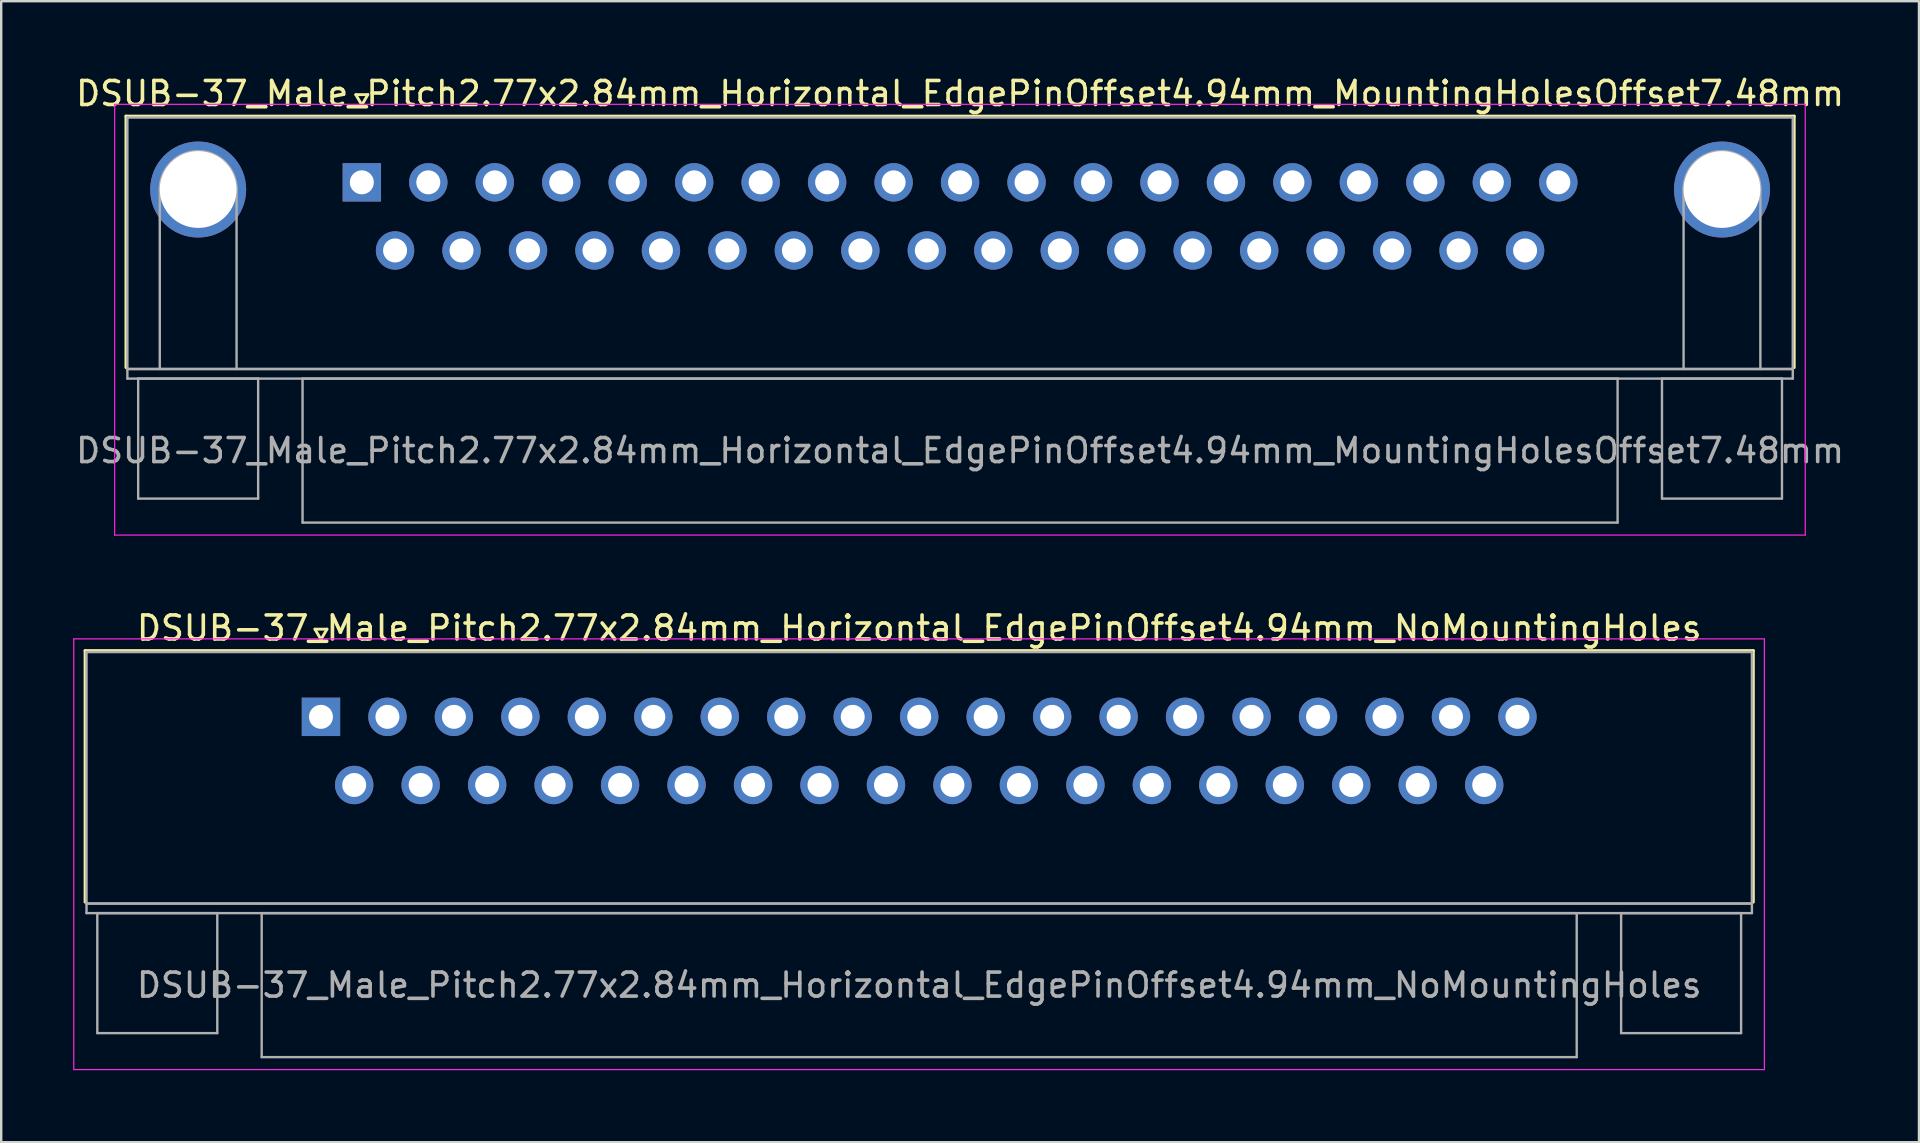
<source format=kicad_pcb>
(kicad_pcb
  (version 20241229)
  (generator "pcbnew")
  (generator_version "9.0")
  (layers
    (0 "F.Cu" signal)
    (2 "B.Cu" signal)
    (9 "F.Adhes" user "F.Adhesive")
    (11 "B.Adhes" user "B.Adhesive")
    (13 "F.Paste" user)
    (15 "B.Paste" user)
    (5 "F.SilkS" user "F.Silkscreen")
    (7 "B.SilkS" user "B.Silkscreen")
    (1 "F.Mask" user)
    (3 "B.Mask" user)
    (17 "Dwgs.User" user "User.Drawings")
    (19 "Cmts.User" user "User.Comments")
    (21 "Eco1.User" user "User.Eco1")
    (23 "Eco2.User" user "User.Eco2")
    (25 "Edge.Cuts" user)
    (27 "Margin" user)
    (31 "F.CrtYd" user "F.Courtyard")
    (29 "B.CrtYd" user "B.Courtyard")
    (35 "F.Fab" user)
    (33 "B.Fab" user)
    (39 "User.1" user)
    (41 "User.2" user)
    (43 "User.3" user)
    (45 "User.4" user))
  (footprint "DSUB-37_Male_Pitch2.77x2.84mm_Horizontal_EdgePinOffset4.94mm_NoMountingHoles"
    (layer "F.Cu")
    (at 10.325 26.822)
    (property "Reference" "DSUB-37_Male_Pitch2.77x2.84mm_Horizontal_EdgePinOffset4.94mm_NoMountingHoles" (at 24.93 -3.7 0) (layer "F.SilkS") (effects (font (size 1 1) (thickness 0.15))))
    (attr through_hole)
    (fp_line (start -9.83 -2.76) (end 59.69 -2.76) (stroke (width 0.12) (type solid)) (layer "F.SilkS"))
    (fp_line (start -9.83 7.72) (end -9.83 -2.76) (stroke (width 0.12) (type solid)) (layer "F.SilkS"))
    (fp_line (start -0.25 -3.654) (end 0.25 -3.654) (stroke (width 0.12) (type solid)) (layer "F.SilkS"))
    (fp_line (start 0 -3.221) (end -0.25 -3.654) (stroke (width 0.12) (type solid)) (layer "F.SilkS"))
    (fp_line (start 0.25 -3.654) (end 0 -3.221) (stroke (width 0.12) (type solid)) (layer "F.SilkS"))
    (fp_line (start 59.69 -2.76) (end 59.69 7.72) (stroke (width 0.12) (type solid)) (layer "F.SilkS"))
    (fp_line (start -10.3 -3.25) (end -10.3 14.7) (stroke (width 0.05) (type solid)) (layer "F.CrtYd"))
    (fp_line (start -10.3 14.7) (end 60.15 14.7) (stroke (width 0.05) (type solid)) (layer "F.CrtYd"))
    (fp_line (start 60.15 -3.25) (end -10.3 -3.25) (stroke (width 0.05) (type solid)) (layer "F.CrtYd"))
    (fp_line (start 60.15 14.7) (end 60.15 -3.25) (stroke (width 0.05) (type solid)) (layer "F.CrtYd"))
    (fp_line (start -9.77 -2.7) (end -9.77 7.78) (stroke (width 0.1) (type solid)) (layer "F.Fab"))
    (fp_line (start -9.77 7.78) (end -9.77 8.18) (stroke (width 0.1) (type solid)) (layer "F.Fab"))
    (fp_line (start -9.77 7.78) (end 59.63 7.78) (stroke (width 0.1) (type solid)) (layer "F.Fab"))
    (fp_line (start -9.77 8.18) (end 59.63 8.18) (stroke (width 0.1) (type solid)) (layer "F.Fab"))
    (fp_line (start -9.32 8.18) (end -9.32 13.18) (stroke (width 0.1) (type solid)) (layer "F.Fab"))
    (fp_line (start -9.32 13.18) (end -4.32 13.18) (stroke (width 0.1) (type solid)) (layer "F.Fab"))
    (fp_line (start -4.32 8.18) (end -9.32 8.18) (stroke (width 0.1) (type solid)) (layer "F.Fab"))
    (fp_line (start -4.32 13.18) (end -4.32 8.18) (stroke (width 0.1) (type solid)) (layer "F.Fab"))
    (fp_line (start -2.47 8.18) (end -2.47 14.18) (stroke (width 0.1) (type solid)) (layer "F.Fab"))
    (fp_line (start -2.47 14.18) (end 52.33 14.18) (stroke (width 0.1) (type solid)) (layer "F.Fab"))
    (fp_line (start 52.33 8.18) (end -2.47 8.18) (stroke (width 0.1) (type solid)) (layer "F.Fab"))
    (fp_line (start 52.33 14.18) (end 52.33 8.18) (stroke (width 0.1) (type solid)) (layer "F.Fab"))
    (fp_line (start 54.18 8.18) (end 54.18 13.18) (stroke (width 0.1) (type solid)) (layer "F.Fab"))
    (fp_line (start 54.18 13.18) (end 59.18 13.18) (stroke (width 0.1) (type solid)) (layer "F.Fab"))
    (fp_line (start 59.18 8.18) (end 54.18 8.18) (stroke (width 0.1) (type solid)) (layer "F.Fab"))
    (fp_line (start 59.18 13.18) (end 59.18 8.18) (stroke (width 0.1) (type solid)) (layer "F.Fab"))
    (fp_line (start 59.63 -2.7) (end -9.77 -2.7) (stroke (width 0.1) (type solid)) (layer "F.Fab"))
    (fp_line (start 59.63 7.78) (end -9.77 7.78) (stroke (width 0.1) (type solid)) (layer "F.Fab"))
    (fp_line (start 59.63 7.78) (end 59.63 -2.7) (stroke (width 0.1) (type solid)) (layer "F.Fab"))
    (fp_line (start 59.63 8.18) (end 59.63 7.78) (stroke (width 0.1) (type solid)) (layer "F.Fab"))
    (fp_text user "${REFERENCE}" (at 24.93 11.18 0) (layer "F.Fab") (effects (font (size 1 1) (thickness 0.15))))
    (pad "1" thru_hole rect (at 0 0) (size 1.6 1.6) (drill 1) (layers "*.Cu" "*.Mask"))
    (pad "2" thru_hole circle (at 2.77 0) (size 1.6 1.6) (drill 1) (layers "*.Cu" "*.Mask"))
    (pad "3" thru_hole circle (at 5.54 0) (size 1.6 1.6) (drill 1) (layers "*.Cu" "*.Mask"))
    (pad "4" thru_hole circle (at 8.31 0) (size 1.6 1.6) (drill 1) (layers "*.Cu" "*.Mask"))
    (pad "5" thru_hole circle (at 11.08 0) (size 1.6 1.6) (drill 1) (layers "*.Cu" "*.Mask"))
    (pad "6" thru_hole circle (at 13.85 0) (size 1.6 1.6) (drill 1) (layers "*.Cu" "*.Mask"))
    (pad "7" thru_hole circle (at 16.62 0) (size 1.6 1.6) (drill 1) (layers "*.Cu" "*.Mask"))
    (pad "8" thru_hole circle (at 19.39 0) (size 1.6 1.6) (drill 1) (layers "*.Cu" "*.Mask"))
    (pad "9" thru_hole circle (at 22.16 0) (size 1.6 1.6) (drill 1) (layers "*.Cu" "*.Mask"))
    (pad "10" thru_hole circle (at 24.93 0) (size 1.6 1.6) (drill 1) (layers "*.Cu" "*.Mask"))
    (pad "11" thru_hole circle (at 27.7 0) (size 1.6 1.6) (drill 1) (layers "*.Cu" "*.Mask"))
    (pad "12" thru_hole circle (at 30.47 0) (size 1.6 1.6) (drill 1) (layers "*.Cu" "*.Mask"))
    (pad "13" thru_hole circle (at 33.24 0) (size 1.6 1.6) (drill 1) (layers "*.Cu" "*.Mask"))
    (pad "14" thru_hole circle (at 36.01 0) (size 1.6 1.6) (drill 1) (layers "*.Cu" "*.Mask"))
    (pad "15" thru_hole circle (at 38.78 0) (size 1.6 1.6) (drill 1) (layers "*.Cu" "*.Mask"))
    (pad "16" thru_hole circle (at 41.55 0) (size 1.6 1.6) (drill 1) (layers "*.Cu" "*.Mask"))
    (pad "17" thru_hole circle (at 44.32 0) (size 1.6 1.6) (drill 1) (layers "*.Cu" "*.Mask"))
    (pad "18" thru_hole circle (at 47.09 0) (size 1.6 1.6) (drill 1) (layers "*.Cu" "*.Mask"))
    (pad "19" thru_hole circle (at 49.86 0) (size 1.6 1.6) (drill 1) (layers "*.Cu" "*.Mask"))
    (pad "20" thru_hole circle (at 1.385 2.84) (size 1.6 1.6) (drill 1) (layers "*.Cu" "*.Mask"))
    (pad "21" thru_hole circle (at 4.155 2.84) (size 1.6 1.6) (drill 1) (layers "*.Cu" "*.Mask"))
    (pad "22" thru_hole circle (at 6.925 2.84) (size 1.6 1.6) (drill 1) (layers "*.Cu" "*.Mask"))
    (pad "23" thru_hole circle (at 9.695 2.84) (size 1.6 1.6) (drill 1) (layers "*.Cu" "*.Mask"))
    (pad "24" thru_hole circle (at 12.465 2.84) (size 1.6 1.6) (drill 1) (layers "*.Cu" "*.Mask"))
    (pad "25" thru_hole circle (at 15.235 2.84) (size 1.6 1.6) (drill 1) (layers "*.Cu" "*.Mask"))
    (pad "26" thru_hole circle (at 18.005 2.84) (size 1.6 1.6) (drill 1) (layers "*.Cu" "*.Mask"))
    (pad "27" thru_hole circle (at 20.775 2.84) (size 1.6 1.6) (drill 1) (layers "*.Cu" "*.Mask"))
    (pad "28" thru_hole circle (at 23.545 2.84) (size 1.6 1.6) (drill 1) (layers "*.Cu" "*.Mask"))
    (pad "29" thru_hole circle (at 26.315 2.84) (size 1.6 1.6) (drill 1) (layers "*.Cu" "*.Mask"))
    (pad "30" thru_hole circle (at 29.085 2.84) (size 1.6 1.6) (drill 1) (layers "*.Cu" "*.Mask"))
    (pad "31" thru_hole circle (at 31.855 2.84) (size 1.6 1.6) (drill 1) (layers "*.Cu" "*.Mask"))
    (pad "32" thru_hole circle (at 34.625 2.84) (size 1.6 1.6) (drill 1) (layers "*.Cu" "*.Mask"))
    (pad "33" thru_hole circle (at 37.395 2.84) (size 1.6 1.6) (drill 1) (layers "*.Cu" "*.Mask"))
    (pad "34" thru_hole circle (at 40.165 2.84) (size 1.6 1.6) (drill 1) (layers "*.Cu" "*.Mask"))
    (pad "35" thru_hole circle (at 42.935 2.84) (size 1.6 1.6) (drill 1) (layers "*.Cu" "*.Mask"))
    (pad "36" thru_hole circle (at 45.705 2.84) (size 1.6 1.6) (drill 1) (layers "*.Cu" "*.Mask"))
    (pad "37" thru_hole circle (at 48.475 2.84) (size 1.6 1.6) (drill 1) (layers "*.Cu" "*.Mask")))
  (footprint "DSUB-37_Male_Pitch2.77x2.84mm_Horizontal_EdgePinOffset4.94mm_MountingHolesOffset7.48mm"
    (layer "F.Cu")
    (at 12.028 4.548)
    (property "Reference" "DSUB-37_Male_Pitch2.77x2.84mm_Horizontal_EdgePinOffset4.94mm_MountingHolesOffset7.48mm" (at 24.93 -3.7 0) (layer "F.SilkS") (effects (font (size 1 1) (thickness 0.15))))
    (attr through_hole)
    (fp_line (start -9.83 -2.76) (end 59.69 -2.76) (stroke (width 0.12) (type solid)) (layer "F.SilkS"))
    (fp_line (start -9.83 7.72) (end -9.83 -2.76) (stroke (width 0.12) (type solid)) (layer "F.SilkS"))
    (fp_line (start -0.25 -3.654) (end 0.25 -3.654) (stroke (width 0.12) (type solid)) (layer "F.SilkS"))
    (fp_line (start 0 -3.221) (end -0.25 -3.654) (stroke (width 0.12) (type solid)) (layer "F.SilkS"))
    (fp_line (start 0.25 -3.654) (end 0 -3.221) (stroke (width 0.12) (type solid)) (layer "F.SilkS"))
    (fp_line (start 59.69 -2.76) (end 59.69 7.72) (stroke (width 0.12) (type solid)) (layer "F.SilkS"))
    (fp_line (start -10.3 -3.25) (end -10.3 14.7) (stroke (width 0.05) (type solid)) (layer "F.CrtYd"))
    (fp_line (start -10.3 14.7) (end 60.15 14.7) (stroke (width 0.05) (type solid)) (layer "F.CrtYd"))
    (fp_line (start 60.15 -3.25) (end -10.3 -3.25) (stroke (width 0.05) (type solid)) (layer "F.CrtYd"))
    (fp_line (start 60.15 14.7) (end 60.15 -3.25) (stroke (width 0.05) (type solid)) (layer "F.CrtYd"))
    (fp_line (start -9.77 -2.7) (end -9.77 7.78) (stroke (width 0.1) (type solid)) (layer "F.Fab"))
    (fp_line (start -9.77 7.78) (end -9.77 8.18) (stroke (width 0.1) (type solid)) (layer "F.Fab"))
    (fp_line (start -9.77 7.78) (end 59.63 7.78) (stroke (width 0.1) (type solid)) (layer "F.Fab"))
    (fp_line (start -9.77 8.18) (end 59.63 8.18) (stroke (width 0.1) (type solid)) (layer "F.Fab"))
    (fp_line (start -9.32 8.18) (end -9.32 13.18) (stroke (width 0.1) (type solid)) (layer "F.Fab"))
    (fp_line (start -9.32 13.18) (end -4.32 13.18) (stroke (width 0.1) (type solid)) (layer "F.Fab"))
    (fp_line (start -8.42 7.78) (end -8.42 0.3) (stroke (width 0.1) (type solid)) (layer "F.Fab"))
    (fp_line (start -5.22 7.78) (end -5.22 0.3) (stroke (width 0.1) (type solid)) (layer "F.Fab"))
    (fp_line (start -4.32 8.18) (end -9.32 8.18) (stroke (width 0.1) (type solid)) (layer "F.Fab"))
    (fp_line (start -4.32 13.18) (end -4.32 8.18) (stroke (width 0.1) (type solid)) (layer "F.Fab"))
    (fp_line (start -2.47 8.18) (end -2.47 14.18) (stroke (width 0.1) (type solid)) (layer "F.Fab"))
    (fp_line (start -2.47 14.18) (end 52.33 14.18) (stroke (width 0.1) (type solid)) (layer "F.Fab"))
    (fp_line (start 52.33 8.18) (end -2.47 8.18) (stroke (width 0.1) (type solid)) (layer "F.Fab"))
    (fp_line (start 52.33 14.18) (end 52.33 8.18) (stroke (width 0.1) (type solid)) (layer "F.Fab"))
    (fp_line (start 54.18 8.18) (end 54.18 13.18) (stroke (width 0.1) (type solid)) (layer "F.Fab"))
    (fp_line (start 54.18 13.18) (end 59.18 13.18) (stroke (width 0.1) (type solid)) (layer "F.Fab"))
    (fp_line (start 55.08 7.78) (end 55.08 0.3) (stroke (width 0.1) (type solid)) (layer "F.Fab"))
    (fp_line (start 58.28 7.78) (end 58.28 0.3) (stroke (width 0.1) (type solid)) (layer "F.Fab"))
    (fp_line (start 59.18 8.18) (end 54.18 8.18) (stroke (width 0.1) (type solid)) (layer "F.Fab"))
    (fp_line (start 59.18 13.18) (end 59.18 8.18) (stroke (width 0.1) (type solid)) (layer "F.Fab"))
    (fp_line (start 59.63 -2.7) (end -9.77 -2.7) (stroke (width 0.1) (type solid)) (layer "F.Fab"))
    (fp_line (start 59.63 7.78) (end -9.77 7.78) (stroke (width 0.1) (type solid)) (layer "F.Fab"))
    (fp_line (start 59.63 7.78) (end 59.63 -2.7) (stroke (width 0.1) (type solid)) (layer "F.Fab"))
    (fp_line (start 59.63 8.18) (end 59.63 7.78) (stroke (width 0.1) (type solid)) (layer "F.Fab"))
    (fp_arc (start -8.42 0.3) (mid -6.82 -1.3) (end -5.22 0.3) (stroke (width 0.1) (type solid)) (layer "F.Fab"))
    (fp_arc (start 55.08 0.3) (mid 56.68 -1.3) (end 58.28 0.3) (stroke (width 0.1) (type solid)) (layer "F.Fab"))
    (fp_text user "${REFERENCE}" (at 24.93 11.18 0) (layer "F.Fab") (effects (font (size 1 1) (thickness 0.15))))
    (pad "0" thru_hole circle (at -6.82 0.3) (size 4 4) (drill 3.2) (layers "*.Cu" "*.Mask"))
    (pad "0" thru_hole circle (at 56.68 0.3) (size 4 4) (drill 3.2) (layers "*.Cu" "*.Mask"))
    (pad "1" thru_hole rect (at 0 0) (size 1.6 1.6) (drill 1) (layers "*.Cu" "*.Mask"))
    (pad "2" thru_hole circle (at 2.77 0) (size 1.6 1.6) (drill 1) (layers "*.Cu" "*.Mask"))
    (pad "3" thru_hole circle (at 5.54 0) (size 1.6 1.6) (drill 1) (layers "*.Cu" "*.Mask"))
    (pad "4" thru_hole circle (at 8.31 0) (size 1.6 1.6) (drill 1) (layers "*.Cu" "*.Mask"))
    (pad "5" thru_hole circle (at 11.08 0) (size 1.6 1.6) (drill 1) (layers "*.Cu" "*.Mask"))
    (pad "6" thru_hole circle (at 13.85 0) (size 1.6 1.6) (drill 1) (layers "*.Cu" "*.Mask"))
    (pad "7" thru_hole circle (at 16.62 0) (size 1.6 1.6) (drill 1) (layers "*.Cu" "*.Mask"))
    (pad "8" thru_hole circle (at 19.39 0) (size 1.6 1.6) (drill 1) (layers "*.Cu" "*.Mask"))
    (pad "9" thru_hole circle (at 22.16 0) (size 1.6 1.6) (drill 1) (layers "*.Cu" "*.Mask"))
    (pad "10" thru_hole circle (at 24.93 0) (size 1.6 1.6) (drill 1) (layers "*.Cu" "*.Mask"))
    (pad "11" thru_hole circle (at 27.7 0) (size 1.6 1.6) (drill 1) (layers "*.Cu" "*.Mask"))
    (pad "12" thru_hole circle (at 30.47 0) (size 1.6 1.6) (drill 1) (layers "*.Cu" "*.Mask"))
    (pad "13" thru_hole circle (at 33.24 0) (size 1.6 1.6) (drill 1) (layers "*.Cu" "*.Mask"))
    (pad "14" thru_hole circle (at 36.01 0) (size 1.6 1.6) (drill 1) (layers "*.Cu" "*.Mask"))
    (pad "15" thru_hole circle (at 38.78 0) (size 1.6 1.6) (drill 1) (layers "*.Cu" "*.Mask"))
    (pad "16" thru_hole circle (at 41.55 0) (size 1.6 1.6) (drill 1) (layers "*.Cu" "*.Mask"))
    (pad "17" thru_hole circle (at 44.32 0) (size 1.6 1.6) (drill 1) (layers "*.Cu" "*.Mask"))
    (pad "18" thru_hole circle (at 47.09 0) (size 1.6 1.6) (drill 1) (layers "*.Cu" "*.Mask"))
    (pad "19" thru_hole circle (at 49.86 0) (size 1.6 1.6) (drill 1) (layers "*.Cu" "*.Mask"))
    (pad "20" thru_hole circle (at 1.385 2.84) (size 1.6 1.6) (drill 1) (layers "*.Cu" "*.Mask"))
    (pad "21" thru_hole circle (at 4.155 2.84) (size 1.6 1.6) (drill 1) (layers "*.Cu" "*.Mask"))
    (pad "22" thru_hole circle (at 6.925 2.84) (size 1.6 1.6) (drill 1) (layers "*.Cu" "*.Mask"))
    (pad "23" thru_hole circle (at 9.695 2.84) (size 1.6 1.6) (drill 1) (layers "*.Cu" "*.Mask"))
    (pad "24" thru_hole circle (at 12.465 2.84) (size 1.6 1.6) (drill 1) (layers "*.Cu" "*.Mask"))
    (pad "25" thru_hole circle (at 15.235 2.84) (size 1.6 1.6) (drill 1) (layers "*.Cu" "*.Mask"))
    (pad "26" thru_hole circle (at 18.005 2.84) (size 1.6 1.6) (drill 1) (layers "*.Cu" "*.Mask"))
    (pad "27" thru_hole circle (at 20.775 2.84) (size 1.6 1.6) (drill 1) (layers "*.Cu" "*.Mask"))
    (pad "28" thru_hole circle (at 23.545 2.84) (size 1.6 1.6) (drill 1) (layers "*.Cu" "*.Mask"))
    (pad "29" thru_hole circle (at 26.315 2.84) (size 1.6 1.6) (drill 1) (layers "*.Cu" "*.Mask"))
    (pad "30" thru_hole circle (at 29.085 2.84) (size 1.6 1.6) (drill 1) (layers "*.Cu" "*.Mask"))
    (pad "31" thru_hole circle (at 31.855 2.84) (size 1.6 1.6) (drill 1) (layers "*.Cu" "*.Mask"))
    (pad "32" thru_hole circle (at 34.625 2.84) (size 1.6 1.6) (drill 1) (layers "*.Cu" "*.Mask"))
    (pad "33" thru_hole circle (at 37.395 2.84) (size 1.6 1.6) (drill 1) (layers "*.Cu" "*.Mask"))
    (pad "34" thru_hole circle (at 40.165 2.84) (size 1.6 1.6) (drill 1) (layers "*.Cu" "*.Mask"))
    (pad "35" thru_hole circle (at 42.935 2.84) (size 1.6 1.6) (drill 1) (layers "*.Cu" "*.Mask"))
    (pad "36" thru_hole circle (at 45.705 2.84) (size 1.6 1.6) (drill 1) (layers "*.Cu" "*.Mask"))
    (pad "37" thru_hole circle (at 48.475 2.84) (size 1.6 1.6) (drill 1) (layers "*.Cu" "*.Mask")))
  (gr_rect
    (start -3 -3)
    (end 76.917 44.547)
    (stroke (width 0.1) (type default))
    (fill no)
    (layer "Edge.Cuts")))
</source>
